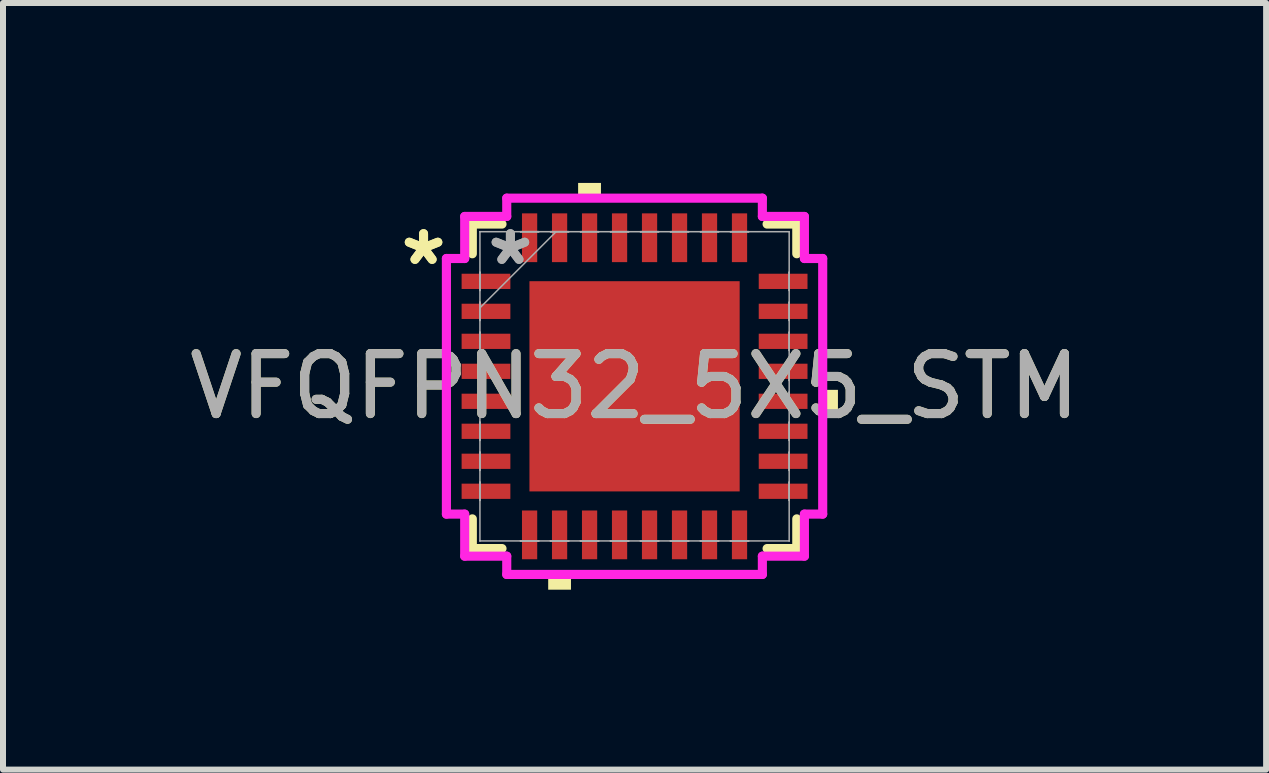
<source format=kicad_pcb>
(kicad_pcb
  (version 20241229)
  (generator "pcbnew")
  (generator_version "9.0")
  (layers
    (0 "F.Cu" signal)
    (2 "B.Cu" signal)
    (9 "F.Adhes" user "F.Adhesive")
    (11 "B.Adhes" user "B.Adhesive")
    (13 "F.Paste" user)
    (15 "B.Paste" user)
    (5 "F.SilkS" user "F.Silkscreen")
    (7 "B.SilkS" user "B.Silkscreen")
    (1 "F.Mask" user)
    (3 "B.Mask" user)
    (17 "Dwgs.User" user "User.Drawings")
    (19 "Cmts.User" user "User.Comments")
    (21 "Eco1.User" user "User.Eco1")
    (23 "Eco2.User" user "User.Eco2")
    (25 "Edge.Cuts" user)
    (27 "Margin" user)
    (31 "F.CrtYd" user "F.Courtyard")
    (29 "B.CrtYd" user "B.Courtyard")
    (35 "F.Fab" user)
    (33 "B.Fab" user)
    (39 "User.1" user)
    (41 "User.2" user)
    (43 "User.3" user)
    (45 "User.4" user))
  (footprint "VFQFPN32_5X5_STM"
    (layer "F.Cu")
    (at 7.53 3.391)
    (property "Reference" "VFQFPN32_5X5_STM" (at 0 0 0) (unlocked yes) (layer "F.SilkS") (effects (font (size 1 1) (thickness 0.15))))
    (attr smd)
    (fp_line (start -2.705 -2.705) (end -2.705 -2.21) (stroke (width 0.152) (type solid)) (layer "F.SilkS"))
    (fp_line (start -2.705 2.21) (end -2.705 2.705) (stroke (width 0.152) (type solid)) (layer "F.SilkS"))
    (fp_line (start -2.705 2.705) (end -2.21 2.705) (stroke (width 0.152) (type solid)) (layer "F.SilkS"))
    (fp_line (start -2.21 -2.705) (end -2.705 -2.705) (stroke (width 0.152) (type solid)) (layer "F.SilkS"))
    (fp_line (start 2.21 2.705) (end 2.705 2.705) (stroke (width 0.152) (type solid)) (layer "F.SilkS"))
    (fp_line (start 2.705 -2.705) (end 2.21 -2.705) (stroke (width 0.152) (type solid)) (layer "F.SilkS"))
    (fp_line (start 2.705 -2.21) (end 2.705 -2.705) (stroke (width 0.152) (type solid)) (layer "F.SilkS"))
    (fp_line (start 2.705 2.705) (end 2.705 2.21) (stroke (width 0.152) (type solid)) (layer "F.SilkS"))
    (fp_poly (pts (xy -1.44 3.137) (xy -1.44 3.391) (xy -1.06 3.391) (xy -1.06 3.137)) (stroke (width 0) (type solid)) (fill yes) (layer "F.SilkS"))
    (fp_poly (pts (xy -0.941 -3.137) (xy -0.941 -3.391) (xy -0.56 -3.391) (xy -0.56 -3.137)) (stroke (width 0) (type solid)) (fill yes) (layer "F.SilkS"))
    (fp_poly (pts (xy 3.391 0.059) (xy 3.391 0.441) (xy 3.137 0.441) (xy 3.137 0.059)) (stroke (width 0) (type solid)) (fill yes) (layer "F.SilkS"))
    (fp_poly (pts (xy -1.653 -1.653) (xy -1.653 -0.1) (xy -0.1 -0.1) (xy -0.1 -1.653)) (stroke (width 0) (type solid)) (fill yes) (layer "F.Paste"))
    (fp_poly (pts (xy -1.653 0.1) (xy -1.653 1.653) (xy -0.1 1.653) (xy -0.1 0.1)) (stroke (width 0) (type solid)) (fill yes) (layer "F.Paste"))
    (fp_poly (pts (xy 0.1 -1.653) (xy 0.1 -0.1) (xy 1.653 -0.1) (xy 1.653 -1.653)) (stroke (width 0) (type solid)) (fill yes) (layer "F.Paste"))
    (fp_poly (pts (xy 0.1 0.1) (xy 0.1 1.653) (xy 1.653 1.653) (xy 1.653 0.1)) (stroke (width 0) (type solid)) (fill yes) (layer "F.Paste"))
    (fp_line (start -3.137 -2.131) (end -2.832 -2.131) (stroke (width 0.152) (type solid)) (layer "F.CrtYd"))
    (fp_line (start -3.137 2.131) (end -3.137 -2.131) (stroke (width 0.152) (type solid)) (layer "F.CrtYd"))
    (fp_line (start -2.832 -2.832) (end -2.131 -2.832) (stroke (width 0.152) (type solid)) (layer "F.CrtYd"))
    (fp_line (start -2.832 -2.131) (end -2.832 -2.832) (stroke (width 0.152) (type solid)) (layer "F.CrtYd"))
    (fp_line (start -2.832 2.131) (end -3.137 2.131) (stroke (width 0.152) (type solid)) (layer "F.CrtYd"))
    (fp_line (start -2.832 2.832) (end -2.832 2.131) (stroke (width 0.152) (type solid)) (layer "F.CrtYd"))
    (fp_line (start -2.131 -3.137) (end 2.131 -3.137) (stroke (width 0.152) (type solid)) (layer "F.CrtYd"))
    (fp_line (start -2.131 -2.832) (end -2.131 -3.137) (stroke (width 0.152) (type solid)) (layer "F.CrtYd"))
    (fp_line (start -2.131 2.832) (end -2.832 2.832) (stroke (width 0.152) (type solid)) (layer "F.CrtYd"))
    (fp_line (start -2.131 3.137) (end -2.131 2.832) (stroke (width 0.152) (type solid)) (layer "F.CrtYd"))
    (fp_line (start 2.131 -3.137) (end 2.131 -2.832) (stroke (width 0.152) (type solid)) (layer "F.CrtYd"))
    (fp_line (start 2.131 -2.832) (end 2.832 -2.832) (stroke (width 0.152) (type solid)) (layer "F.CrtYd"))
    (fp_line (start 2.131 2.832) (end 2.131 3.137) (stroke (width 0.152) (type solid)) (layer "F.CrtYd"))
    (fp_line (start 2.131 3.137) (end -2.131 3.137) (stroke (width 0.152) (type solid)) (layer "F.CrtYd"))
    (fp_line (start 2.832 -2.832) (end 2.832 -2.131) (stroke (width 0.152) (type solid)) (layer "F.CrtYd"))
    (fp_line (start 2.832 -2.131) (end 3.137 -2.131) (stroke (width 0.152) (type solid)) (layer "F.CrtYd"))
    (fp_line (start 2.832 2.131) (end 2.832 2.832) (stroke (width 0.152) (type solid)) (layer "F.CrtYd"))
    (fp_line (start 2.832 2.832) (end 2.131 2.832) (stroke (width 0.152) (type solid)) (layer "F.CrtYd"))
    (fp_line (start 3.137 -2.131) (end 3.137 2.131) (stroke (width 0.152) (type solid)) (layer "F.CrtYd"))
    (fp_line (start 3.137 2.131) (end 2.832 2.131) (stroke (width 0.152) (type solid)) (layer "F.CrtYd"))
    (fp_line (start -2.578 -2.578) (end -2.578 -2.578) (stroke (width 0.025) (type solid)) (layer "F.Fab"))
    (fp_line (start -2.578 -2.578) (end -2.578 2.578) (stroke (width 0.025) (type solid)) (layer "F.Fab"))
    (fp_line (start -2.578 -1.902) (end -2.578 -1.902) (stroke (width 0.025) (type solid)) (layer "F.Fab"))
    (fp_line (start -2.578 -1.902) (end -2.578 -1.598) (stroke (width 0.025) (type solid)) (layer "F.Fab"))
    (fp_line (start -2.578 -1.598) (end -2.578 -1.902) (stroke (width 0.025) (type solid)) (layer "F.Fab"))
    (fp_line (start -2.578 -1.598) (end -2.578 -1.598) (stroke (width 0.025) (type solid)) (layer "F.Fab"))
    (fp_line (start -2.578 -1.402) (end -2.578 -1.402) (stroke (width 0.025) (type solid)) (layer "F.Fab"))
    (fp_line (start -2.578 -1.402) (end -2.578 -1.098) (stroke (width 0.025) (type solid)) (layer "F.Fab"))
    (fp_line (start -2.578 -1.308) (end -1.308 -2.578) (stroke (width 0.025) (type solid)) (layer "F.Fab"))
    (fp_line (start -2.578 -1.098) (end -2.578 -1.402) (stroke (width 0.025) (type solid)) (layer "F.Fab"))
    (fp_line (start -2.578 -1.098) (end -2.578 -1.098) (stroke (width 0.025) (type solid)) (layer "F.Fab"))
    (fp_line (start -2.578 -0.902) (end -2.578 -0.902) (stroke (width 0.025) (type solid)) (layer "F.Fab"))
    (fp_line (start -2.578 -0.902) (end -2.578 -0.598) (stroke (width 0.025) (type solid)) (layer "F.Fab"))
    (fp_line (start -2.578 -0.598) (end -2.578 -0.902) (stroke (width 0.025) (type solid)) (layer "F.Fab"))
    (fp_line (start -2.578 -0.598) (end -2.578 -0.598) (stroke (width 0.025) (type solid)) (layer "F.Fab"))
    (fp_line (start -2.578 -0.402) (end -2.578 -0.402) (stroke (width 0.025) (type solid)) (layer "F.Fab"))
    (fp_line (start -2.578 -0.402) (end -2.578 -0.098) (stroke (width 0.025) (type solid)) (layer "F.Fab"))
    (fp_line (start -2.578 -0.098) (end -2.578 -0.402) (stroke (width 0.025) (type solid)) (layer "F.Fab"))
    (fp_line (start -2.578 -0.098) (end -2.578 -0.098) (stroke (width 0.025) (type solid)) (layer "F.Fab"))
    (fp_line (start -2.578 0.098) (end -2.578 0.098) (stroke (width 0.025) (type solid)) (layer "F.Fab"))
    (fp_line (start -2.578 0.098) (end -2.578 0.402) (stroke (width 0.025) (type solid)) (layer "F.Fab"))
    (fp_line (start -2.578 0.402) (end -2.578 0.098) (stroke (width 0.025) (type solid)) (layer "F.Fab"))
    (fp_line (start -2.578 0.402) (end -2.578 0.402) (stroke (width 0.025) (type solid)) (layer "F.Fab"))
    (fp_line (start -2.578 0.598) (end -2.578 0.598) (stroke (width 0.025) (type solid)) (layer "F.Fab"))
    (fp_line (start -2.578 0.598) (end -2.578 0.902) (stroke (width 0.025) (type solid)) (layer "F.Fab"))
    (fp_line (start -2.578 0.902) (end -2.578 0.598) (stroke (width 0.025) (type solid)) (layer "F.Fab"))
    (fp_line (start -2.578 0.902) (end -2.578 0.902) (stroke (width 0.025) (type solid)) (layer "F.Fab"))
    (fp_line (start -2.578 1.098) (end -2.578 1.098) (stroke (width 0.025) (type solid)) (layer "F.Fab"))
    (fp_line (start -2.578 1.098) (end -2.578 1.402) (stroke (width 0.025) (type solid)) (layer "F.Fab"))
    (fp_line (start -2.578 1.402) (end -2.578 1.098) (stroke (width 0.025) (type solid)) (layer "F.Fab"))
    (fp_line (start -2.578 1.402) (end -2.578 1.402) (stroke (width 0.025) (type solid)) (layer "F.Fab"))
    (fp_line (start -2.578 1.598) (end -2.578 1.598) (stroke (width 0.025) (type solid)) (layer "F.Fab"))
    (fp_line (start -2.578 1.598) (end -2.578 1.902) (stroke (width 0.025) (type solid)) (layer "F.Fab"))
    (fp_line (start -2.578 1.902) (end -2.578 1.598) (stroke (width 0.025) (type solid)) (layer "F.Fab"))
    (fp_line (start -2.578 1.902) (end -2.578 1.902) (stroke (width 0.025) (type solid)) (layer "F.Fab"))
    (fp_line (start -2.578 2.578) (end -2.578 2.578) (stroke (width 0.025) (type solid)) (layer "F.Fab"))
    (fp_line (start -2.578 2.578) (end 2.578 2.578) (stroke (width 0.025) (type solid)) (layer "F.Fab"))
    (fp_line (start -1.902 -2.578) (end -1.902 -2.578) (stroke (width 0.025) (type solid)) (layer "F.Fab"))
    (fp_line (start -1.902 -2.578) (end -1.598 -2.578) (stroke (width 0.025) (type solid)) (layer "F.Fab"))
    (fp_line (start -1.902 2.578) (end -1.902 2.578) (stroke (width 0.025) (type solid)) (layer "F.Fab"))
    (fp_line (start -1.902 2.578) (end -1.598 2.578) (stroke (width 0.025) (type solid)) (layer "F.Fab"))
    (fp_line (start -1.598 -2.578) (end -1.902 -2.578) (stroke (width 0.025) (type solid)) (layer "F.Fab"))
    (fp_line (start -1.598 -2.578) (end -1.598 -2.578) (stroke (width 0.025) (type solid)) (layer "F.Fab"))
    (fp_line (start -1.598 2.578) (end -1.902 2.578) (stroke (width 0.025) (type solid)) (layer "F.Fab"))
    (fp_line (start -1.598 2.578) (end -1.598 2.578) (stroke (width 0.025) (type solid)) (layer "F.Fab"))
    (fp_line (start -1.402 -2.578) (end -1.402 -2.578) (stroke (width 0.025) (type solid)) (layer "F.Fab"))
    (fp_line (start -1.402 -2.578) (end -1.098 -2.578) (stroke (width 0.025) (type solid)) (layer "F.Fab"))
    (fp_line (start -1.402 2.578) (end -1.402 2.578) (stroke (width 0.025) (type solid)) (layer "F.Fab"))
    (fp_line (start -1.402 2.578) (end -1.098 2.578) (stroke (width 0.025) (type solid)) (layer "F.Fab"))
    (fp_line (start -1.098 -2.578) (end -1.402 -2.578) (stroke (width 0.025) (type solid)) (layer "F.Fab"))
    (fp_line (start -1.098 -2.578) (end -1.098 -2.578) (stroke (width 0.025) (type solid)) (layer "F.Fab"))
    (fp_line (start -1.098 2.578) (end -1.402 2.578) (stroke (width 0.025) (type solid)) (layer "F.Fab"))
    (fp_line (start -1.098 2.578) (end -1.098 2.578) (stroke (width 0.025) (type solid)) (layer "F.Fab"))
    (fp_line (start -0.902 -2.578) (end -0.902 -2.578) (stroke (width 0.025) (type solid)) (layer "F.Fab"))
    (fp_line (start -0.902 -2.578) (end -0.598 -2.578) (stroke (width 0.025) (type solid)) (layer "F.Fab"))
    (fp_line (start -0.902 2.578) (end -0.902 2.578) (stroke (width 0.025) (type solid)) (layer "F.Fab"))
    (fp_line (start -0.902 2.578) (end -0.598 2.578) (stroke (width 0.025) (type solid)) (layer "F.Fab"))
    (fp_line (start -0.598 -2.578) (end -0.902 -2.578) (stroke (width 0.025) (type solid)) (layer "F.Fab"))
    (fp_line (start -0.598 -2.578) (end -0.598 -2.578) (stroke (width 0.025) (type solid)) (layer "F.Fab"))
    (fp_line (start -0.598 2.578) (end -0.902 2.578) (stroke (width 0.025) (type solid)) (layer "F.Fab"))
    (fp_line (start -0.598 2.578) (end -0.598 2.578) (stroke (width 0.025) (type solid)) (layer "F.Fab"))
    (fp_line (start -0.402 -2.578) (end -0.402 -2.578) (stroke (width 0.025) (type solid)) (layer "F.Fab"))
    (fp_line (start -0.402 -2.578) (end -0.098 -2.578) (stroke (width 0.025) (type solid)) (layer "F.Fab"))
    (fp_line (start -0.402 2.578) (end -0.402 2.578) (stroke (width 0.025) (type solid)) (layer "F.Fab"))
    (fp_line (start -0.402 2.578) (end -0.098 2.578) (stroke (width 0.025) (type solid)) (layer "F.Fab"))
    (fp_line (start -0.098 -2.578) (end -0.402 -2.578) (stroke (width 0.025) (type solid)) (layer "F.Fab"))
    (fp_line (start -0.098 -2.578) (end -0.098 -2.578) (stroke (width 0.025) (type solid)) (layer "F.Fab"))
    (fp_line (start -0.098 2.578) (end -0.402 2.578) (stroke (width 0.025) (type solid)) (layer "F.Fab"))
    (fp_line (start -0.098 2.578) (end -0.098 2.578) (stroke (width 0.025) (type solid)) (layer "F.Fab"))
    (fp_line (start 0.098 -2.578) (end 0.098 -2.578) (stroke (width 0.025) (type solid)) (layer "F.Fab"))
    (fp_line (start 0.098 -2.578) (end 0.402 -2.578) (stroke (width 0.025) (type solid)) (layer "F.Fab"))
    (fp_line (start 0.098 2.578) (end 0.098 2.578) (stroke (width 0.025) (type solid)) (layer "F.Fab"))
    (fp_line (start 0.098 2.578) (end 0.402 2.578) (stroke (width 0.025) (type solid)) (layer "F.Fab"))
    (fp_line (start 0.402 -2.578) (end 0.098 -2.578) (stroke (width 0.025) (type solid)) (layer "F.Fab"))
    (fp_line (start 0.402 -2.578) (end 0.402 -2.578) (stroke (width 0.025) (type solid)) (layer "F.Fab"))
    (fp_line (start 0.402 2.578) (end 0.098 2.578) (stroke (width 0.025) (type solid)) (layer "F.Fab"))
    (fp_line (start 0.402 2.578) (end 0.402 2.578) (stroke (width 0.025) (type solid)) (layer "F.Fab"))
    (fp_line (start 0.598 -2.578) (end 0.598 -2.578) (stroke (width 0.025) (type solid)) (layer "F.Fab"))
    (fp_line (start 0.598 -2.578) (end 0.902 -2.578) (stroke (width 0.025) (type solid)) (layer "F.Fab"))
    (fp_line (start 0.598 2.578) (end 0.598 2.578) (stroke (width 0.025) (type solid)) (layer "F.Fab"))
    (fp_line (start 0.598 2.578) (end 0.902 2.578) (stroke (width 0.025) (type solid)) (layer "F.Fab"))
    (fp_line (start 0.902 -2.578) (end 0.598 -2.578) (stroke (width 0.025) (type solid)) (layer "F.Fab"))
    (fp_line (start 0.902 -2.578) (end 0.902 -2.578) (stroke (width 0.025) (type solid)) (layer "F.Fab"))
    (fp_line (start 0.902 2.578) (end 0.598 2.578) (stroke (width 0.025) (type solid)) (layer "F.Fab"))
    (fp_line (start 0.902 2.578) (end 0.902 2.578) (stroke (width 0.025) (type solid)) (layer "F.Fab"))
    (fp_line (start 1.098 -2.578) (end 1.098 -2.578) (stroke (width 0.025) (type solid)) (layer "F.Fab"))
    (fp_line (start 1.098 -2.578) (end 1.402 -2.578) (stroke (width 0.025) (type solid)) (layer "F.Fab"))
    (fp_line (start 1.098 2.578) (end 1.098 2.578) (stroke (width 0.025) (type solid)) (layer "F.Fab"))
    (fp_line (start 1.098 2.578) (end 1.402 2.578) (stroke (width 0.025) (type solid)) (layer "F.Fab"))
    (fp_line (start 1.402 -2.578) (end 1.098 -2.578) (stroke (width 0.025) (type solid)) (layer "F.Fab"))
    (fp_line (start 1.402 -2.578) (end 1.402 -2.578) (stroke (width 0.025) (type solid)) (layer "F.Fab"))
    (fp_line (start 1.402 2.578) (end 1.098 2.578) (stroke (width 0.025) (type solid)) (layer "F.Fab"))
    (fp_line (start 1.402 2.578) (end 1.402 2.578) (stroke (width 0.025) (type solid)) (layer "F.Fab"))
    (fp_line (start 1.598 -2.578) (end 1.598 -2.578) (stroke (width 0.025) (type solid)) (layer "F.Fab"))
    (fp_line (start 1.598 -2.578) (end 1.902 -2.578) (stroke (width 0.025) (type solid)) (layer "F.Fab"))
    (fp_line (start 1.598 2.578) (end 1.598 2.578) (stroke (width 0.025) (type solid)) (layer "F.Fab"))
    (fp_line (start 1.598 2.578) (end 1.902 2.578) (stroke (width 0.025) (type solid)) (layer "F.Fab"))
    (fp_line (start 1.902 -2.578) (end 1.598 -2.578) (stroke (width 0.025) (type solid)) (layer "F.Fab"))
    (fp_line (start 1.902 -2.578) (end 1.902 -2.578) (stroke (width 0.025) (type solid)) (layer "F.Fab"))
    (fp_line (start 1.902 2.578) (end 1.598 2.578) (stroke (width 0.025) (type solid)) (layer "F.Fab"))
    (fp_line (start 1.902 2.578) (end 1.902 2.578) (stroke (width 0.025) (type solid)) (layer "F.Fab"))
    (fp_line (start 2.578 -2.578) (end -2.578 -2.578) (stroke (width 0.025) (type solid)) (layer "F.Fab"))
    (fp_line (start 2.578 -2.578) (end 2.578 -2.578) (stroke (width 0.025) (type solid)) (layer "F.Fab"))
    (fp_line (start 2.578 -1.902) (end 2.578 -1.902) (stroke (width 0.025) (type solid)) (layer "F.Fab"))
    (fp_line (start 2.578 -1.902) (end 2.578 -1.598) (stroke (width 0.025) (type solid)) (layer "F.Fab"))
    (fp_line (start 2.578 -1.598) (end 2.578 -1.902) (stroke (width 0.025) (type solid)) (layer "F.Fab"))
    (fp_line (start 2.578 -1.598) (end 2.578 -1.598) (stroke (width 0.025) (type solid)) (layer "F.Fab"))
    (fp_line (start 2.578 -1.402) (end 2.578 -1.402) (stroke (width 0.025) (type solid)) (layer "F.Fab"))
    (fp_line (start 2.578 -1.402) (end 2.578 -1.098) (stroke (width 0.025) (type solid)) (layer "F.Fab"))
    (fp_line (start 2.578 -1.098) (end 2.578 -1.402) (stroke (width 0.025) (type solid)) (layer "F.Fab"))
    (fp_line (start 2.578 -1.098) (end 2.578 -1.098) (stroke (width 0.025) (type solid)) (layer "F.Fab"))
    (fp_line (start 2.578 -0.902) (end 2.578 -0.902) (stroke (width 0.025) (type solid)) (layer "F.Fab"))
    (fp_line (start 2.578 -0.902) (end 2.578 -0.598) (stroke (width 0.025) (type solid)) (layer "F.Fab"))
    (fp_line (start 2.578 -0.598) (end 2.578 -0.902) (stroke (width 0.025) (type solid)) (layer "F.Fab"))
    (fp_line (start 2.578 -0.598) (end 2.578 -0.598) (stroke (width 0.025) (type solid)) (layer "F.Fab"))
    (fp_line (start 2.578 -0.402) (end 2.578 -0.402) (stroke (width 0.025) (type solid)) (layer "F.Fab"))
    (fp_line (start 2.578 -0.402) (end 2.578 -0.098) (stroke (width 0.025) (type solid)) (layer "F.Fab"))
    (fp_line (start 2.578 -0.098) (end 2.578 -0.402) (stroke (width 0.025) (type solid)) (layer "F.Fab"))
    (fp_line (start 2.578 -0.098) (end 2.578 -0.098) (stroke (width 0.025) (type solid)) (layer "F.Fab"))
    (fp_line (start 2.578 0.098) (end 2.578 0.098) (stroke (width 0.025) (type solid)) (layer "F.Fab"))
    (fp_line (start 2.578 0.098) (end 2.578 0.402) (stroke (width 0.025) (type solid)) (layer "F.Fab"))
    (fp_line (start 2.578 0.402) (end 2.578 0.098) (stroke (width 0.025) (type solid)) (layer "F.Fab"))
    (fp_line (start 2.578 0.402) (end 2.578 0.402) (stroke (width 0.025) (type solid)) (layer "F.Fab"))
    (fp_line (start 2.578 0.598) (end 2.578 0.598) (stroke (width 0.025) (type solid)) (layer "F.Fab"))
    (fp_line (start 2.578 0.598) (end 2.578 0.902) (stroke (width 0.025) (type solid)) (layer "F.Fab"))
    (fp_line (start 2.578 0.902) (end 2.578 0.598) (stroke (width 0.025) (type solid)) (layer "F.Fab"))
    (fp_line (start 2.578 0.902) (end 2.578 0.902) (stroke (width 0.025) (type solid)) (layer "F.Fab"))
    (fp_line (start 2.578 1.098) (end 2.578 1.098) (stroke (width 0.025) (type solid)) (layer "F.Fab"))
    (fp_line (start 2.578 1.098) (end 2.578 1.402) (stroke (width 0.025) (type solid)) (layer "F.Fab"))
    (fp_line (start 2.578 1.402) (end 2.578 1.098) (stroke (width 0.025) (type solid)) (layer "F.Fab"))
    (fp_line (start 2.578 1.402) (end 2.578 1.402) (stroke (width 0.025) (type solid)) (layer "F.Fab"))
    (fp_line (start 2.578 1.598) (end 2.578 1.598) (stroke (width 0.025) (type solid)) (layer "F.Fab"))
    (fp_line (start 2.578 1.598) (end 2.578 1.902) (stroke (width 0.025) (type solid)) (layer "F.Fab"))
    (fp_line (start 2.578 1.902) (end 2.578 1.598) (stroke (width 0.025) (type solid)) (layer "F.Fab"))
    (fp_line (start 2.578 1.902) (end 2.578 1.902) (stroke (width 0.025) (type solid)) (layer "F.Fab"))
    (fp_line (start 2.578 2.578) (end 2.578 -2.578) (stroke (width 0.025) (type solid)) (layer "F.Fab"))
    (fp_line (start 2.578 2.578) (end 2.578 2.578) (stroke (width 0.025) (type solid)) (layer "F.Fab"))
    (fp_text user "*" (at -3.518 -2 0) (unlocked yes) (layer "F.SilkS") (effects (font (size 1 1) (thickness 0.15))))
    (fp_text user "*" (at -3.518 -2 0) (layer "F.SilkS") (effects (font (size 1 1) (thickness 0.15))))
    (fp_text user "${REFERENCE}" (at 0 0 0) (unlocked yes) (layer "F.Fab") (effects (font (size 1 1) (thickness 0.15))))
    (fp_text user "*" (at -2.07 -2 0) (unlocked yes) (layer "F.Fab") (effects (font (size 1 1) (thickness 0.15))))
    (fp_text user "*" (at -2.07 -2 0) (layer "F.Fab") (effects (font (size 1 1) (thickness 0.15))))
    (pad "1" smd rect (at -2.477 -1.75 90) (size 0.254 0.813) (layers "F.Cu" "F.Mask" "F.Paste"))
    (pad "2" smd rect (at -2.477 -1.25 90) (size 0.254 0.813) (layers "F.Cu" "F.Mask" "F.Paste"))
    (pad "3" smd rect (at -2.477 -0.75 90) (size 0.254 0.813) (layers "F.Cu" "F.Mask" "F.Paste"))
    (pad "4" smd rect (at -2.477 -0.25 90) (size 0.254 0.813) (layers "F.Cu" "F.Mask" "F.Paste"))
    (pad "5" smd rect (at -2.477 0.25 90) (size 0.254 0.813) (layers "F.Cu" "F.Mask" "F.Paste"))
    (pad "6" smd rect (at -2.477 0.75 90) (size 0.254 0.813) (layers "F.Cu" "F.Mask" "F.Paste"))
    (pad "7" smd rect (at -2.477 1.25 90) (size 0.254 0.813) (layers "F.Cu" "F.Mask" "F.Paste"))
    (pad "8" smd rect (at -2.477 1.75 90) (size 0.254 0.813) (layers "F.Cu" "F.Mask" "F.Paste"))
    (pad "9" smd rect (at -1.75 2.477) (size 0.254 0.813) (layers "F.Cu" "F.Mask" "F.Paste"))
    (pad "10" smd rect (at -1.25 2.477) (size 0.254 0.813) (layers "F.Cu" "F.Mask" "F.Paste"))
    (pad "11" smd rect (at -0.75 2.477) (size 0.254 0.813) (layers "F.Cu" "F.Mask" "F.Paste"))
    (pad "12" smd rect (at -0.25 2.477) (size 0.254 0.813) (layers "F.Cu" "F.Mask" "F.Paste"))
    (pad "13" smd rect (at 0.25 2.477) (size 0.254 0.813) (layers "F.Cu" "F.Mask" "F.Paste"))
    (pad "14" smd rect (at 0.75 2.477) (size 0.254 0.813) (layers "F.Cu" "F.Mask" "F.Paste"))
    (pad "15" smd rect (at 1.25 2.477) (size 0.254 0.813) (layers "F.Cu" "F.Mask" "F.Paste"))
    (pad "16" smd rect (at 1.75 2.477) (size 0.254 0.813) (layers "F.Cu" "F.Mask" "F.Paste"))
    (pad "17" smd rect (at 2.477 1.75 90) (size 0.254 0.813) (layers "F.Cu" "F.Mask" "F.Paste"))
    (pad "18" smd rect (at 2.477 1.25 90) (size 0.254 0.813) (layers "F.Cu" "F.Mask" "F.Paste"))
    (pad "19" smd rect (at 2.477 0.75 90) (size 0.254 0.813) (layers "F.Cu" "F.Mask" "F.Paste"))
    (pad "20" smd rect (at 2.477 0.25 90) (size 0.254 0.813) (layers "F.Cu" "F.Mask" "F.Paste"))
    (pad "21" smd rect (at 2.477 -0.25 90) (size 0.254 0.813) (layers "F.Cu" "F.Mask" "F.Paste"))
    (pad "22" smd rect (at 2.477 -0.75 90) (size 0.254 0.813) (layers "F.Cu" "F.Mask" "F.Paste"))
    (pad "23" smd rect (at 2.477 -1.25 90) (size 0.254 0.813) (layers "F.Cu" "F.Mask" "F.Paste"))
    (pad "24" smd rect (at 2.477 -1.75 90) (size 0.254 0.813) (layers "F.Cu" "F.Mask" "F.Paste"))
    (pad "25" smd rect (at 1.75 -2.477) (size 0.254 0.813) (layers "F.Cu" "F.Mask" "F.Paste"))
    (pad "26" smd rect (at 1.25 -2.477) (size 0.254 0.813) (layers "F.Cu" "F.Mask" "F.Paste"))
    (pad "27" smd rect (at 0.75 -2.477) (size 0.254 0.813) (layers "F.Cu" "F.Mask" "F.Paste"))
    (pad "28" smd rect (at 0.25 -2.477) (size 0.254 0.813) (layers "F.Cu" "F.Mask" "F.Paste"))
    (pad "29" smd rect (at -0.25 -2.477) (size 0.254 0.813) (layers "F.Cu" "F.Mask" "F.Paste"))
    (pad "30" smd rect (at -0.75 -2.477) (size 0.254 0.813) (layers "F.Cu" "F.Mask" "F.Paste"))
    (pad "31" smd rect (at -1.25 -2.477) (size 0.254 0.813) (layers "F.Cu" "F.Mask" "F.Paste"))
    (pad "32" smd rect (at -1.75 -2.477) (size 0.254 0.813) (layers "F.Cu" "F.Mask" "F.Paste"))
    (pad "33" smd rect (at 0 0) (size 3.505 3.505) (layers "F.Cu" "F.Mask")))
  (gr_rect
    (start -3 -3)
    (end 18.06 9.782)
    (stroke (width 0.1) (type default))
    (fill no)
    (layer "Edge.Cuts")))
</source>
